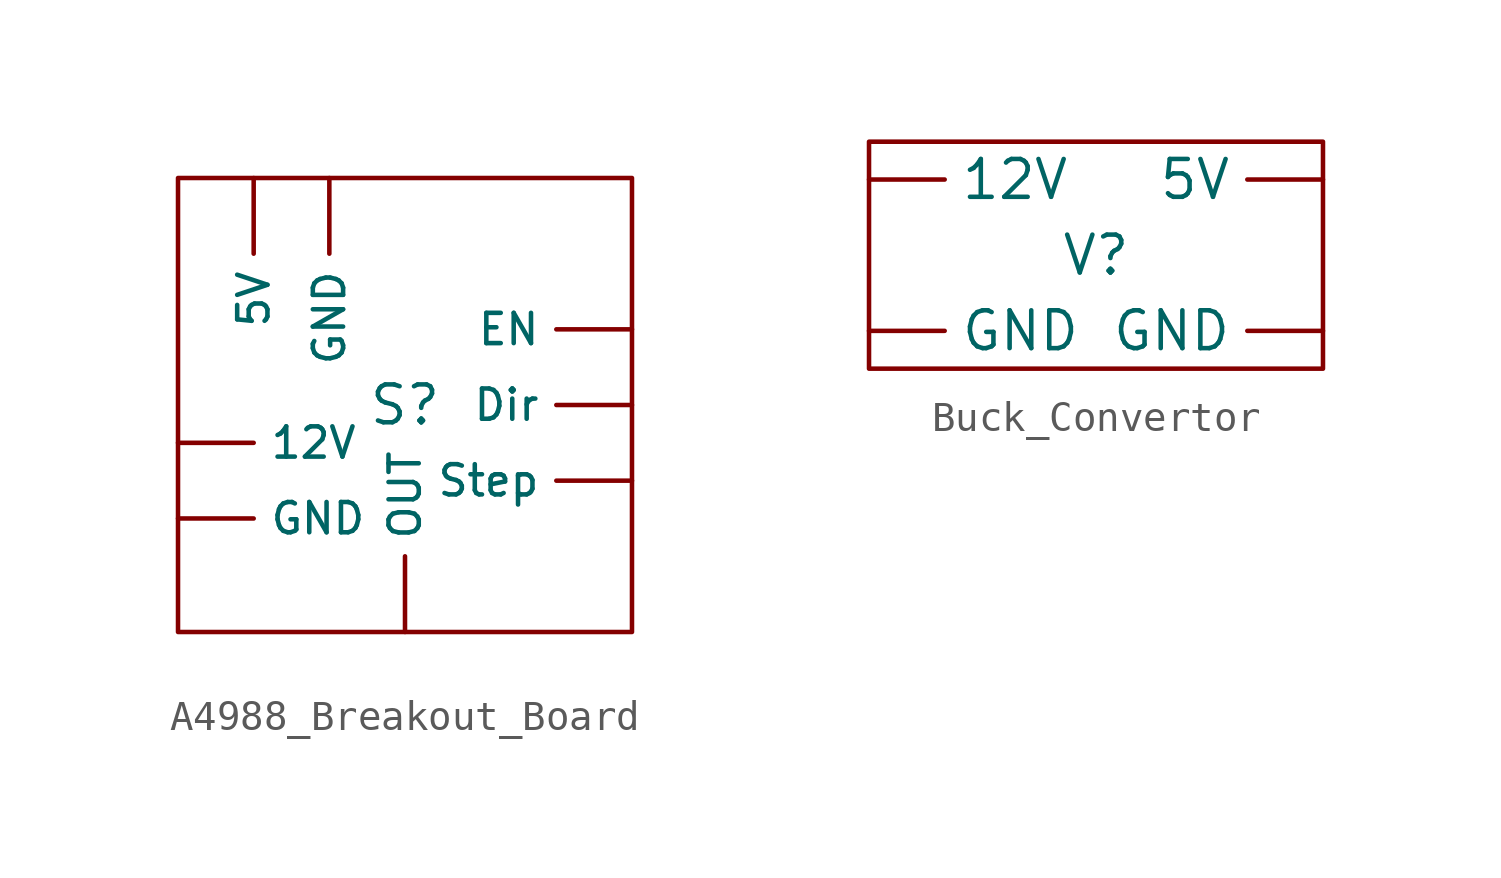
<source format=kicad_sym>
(kicad_symbol_lib
  (version 20241209)
  (generator "kicad_symbol_editor")
  (generator_version "9.0")
  (symbol "A4988_Breakout_Board"
    (property "Reference" "S"
      (at 0 0 0)
      (effects (font (size 1.27 1.27))))
    (property "Value" ""
      (at 0 0 0)
      (effects (font (size 1.27 1.27))))
    (symbol "A4988_Breakout_Board_0_1"
      (rectangle (start -7.62 7.62) (end 7.62 -7.62) (stroke (width 0) (type default)) (fill (type none))))
    (symbol "A4988_Breakout_Board_1_1"
      (pin power_in line (at -7.62 -1.27 0) (length 2.54) (name "12V" (effects (font (size 1.016 1.016)))) (number "" (effects (font (size 1.27 1.27)))))
      (pin power_in line (at -7.62 -3.81 0) (length 2.54) (name "GND" (effects (font (size 1.016 1.016)))) (number "" (effects (font (size 1.27 1.27)))))
      (pin power_in line (at -5.08 7.62 270) (length 2.54) (name "5V" (effects (font (size 1.016 1.016)))) (number "" (effects (font (size 1.27 1.27)))))
      (pin power_in line (at -2.54 7.62 270) (length 2.54) (name "GND" (effects (font (size 1.016 1.016)))) (number "" (effects (font (size 1.27 1.27)))))
      (pin output line (at 0 -7.62 90) (length 2.54) (name "OUT" (effects (font (size 1.016 1.016)))) (number "" (effects (font (size 1.27 1.27)))))
      (pin input line (at 7.62 2.54 180) (length 2.54) (name "EN" (effects (font (size 1.016 1.016)))) (number "" (effects (font (size 1.27 1.27)))))
      (pin input line (at 7.62 0 180) (length 2.54) (name "Dir" (effects (font (size 1.016 1.016)))) (number "" (effects (font (size 1.27 1.27)))))
      (pin input line (at 7.62 -2.54 180) (length 2.54) (name "Step" (effects (font (size 1.016 1.016)))) (number "" (effects (font (size 1.27 1.27)))))))
  (symbol "Buck_Convertor"
    (property "Reference" "V"
      (at 0 0 0)
      (effects (font (size 1.27 1.27))))
    (property "Value" ""
      (at 0 0 0)
      (effects (font (size 1.27 1.27))))
    (symbol "Buck_Convertor_0_1"
      (rectangle (start -7.62 3.81) (end 7.62 -3.81) (stroke (width 0) (type default)) (fill (type none))))
    (symbol "Buck_Convertor_1_1"
      (pin power_in line (at -7.62 2.54 0) (length 2.54) (name "12V" (effects (font (size 1.27 1.27)))) (number "" (effects (font (size 1.27 1.27)))))
      (pin power_in line (at -7.62 -2.54 0) (length 2.54) (name "GND" (effects (font (size 1.27 1.27)))) (number "" (effects (font (size 1.27 1.27)))))
      (pin power_out line (at 7.62 2.54 180) (length 2.54) (name "5V" (effects (font (size 1.27 1.27)))) (number "" (effects (font (size 1.27 1.27)))))
      (pin power_out line (at 7.62 -2.54 180) (length 2.54) (name "GND" (effects (font (size 1.27 1.27)))) (number "" (effects (font (size 1.27 1.27))))))))
</source>
